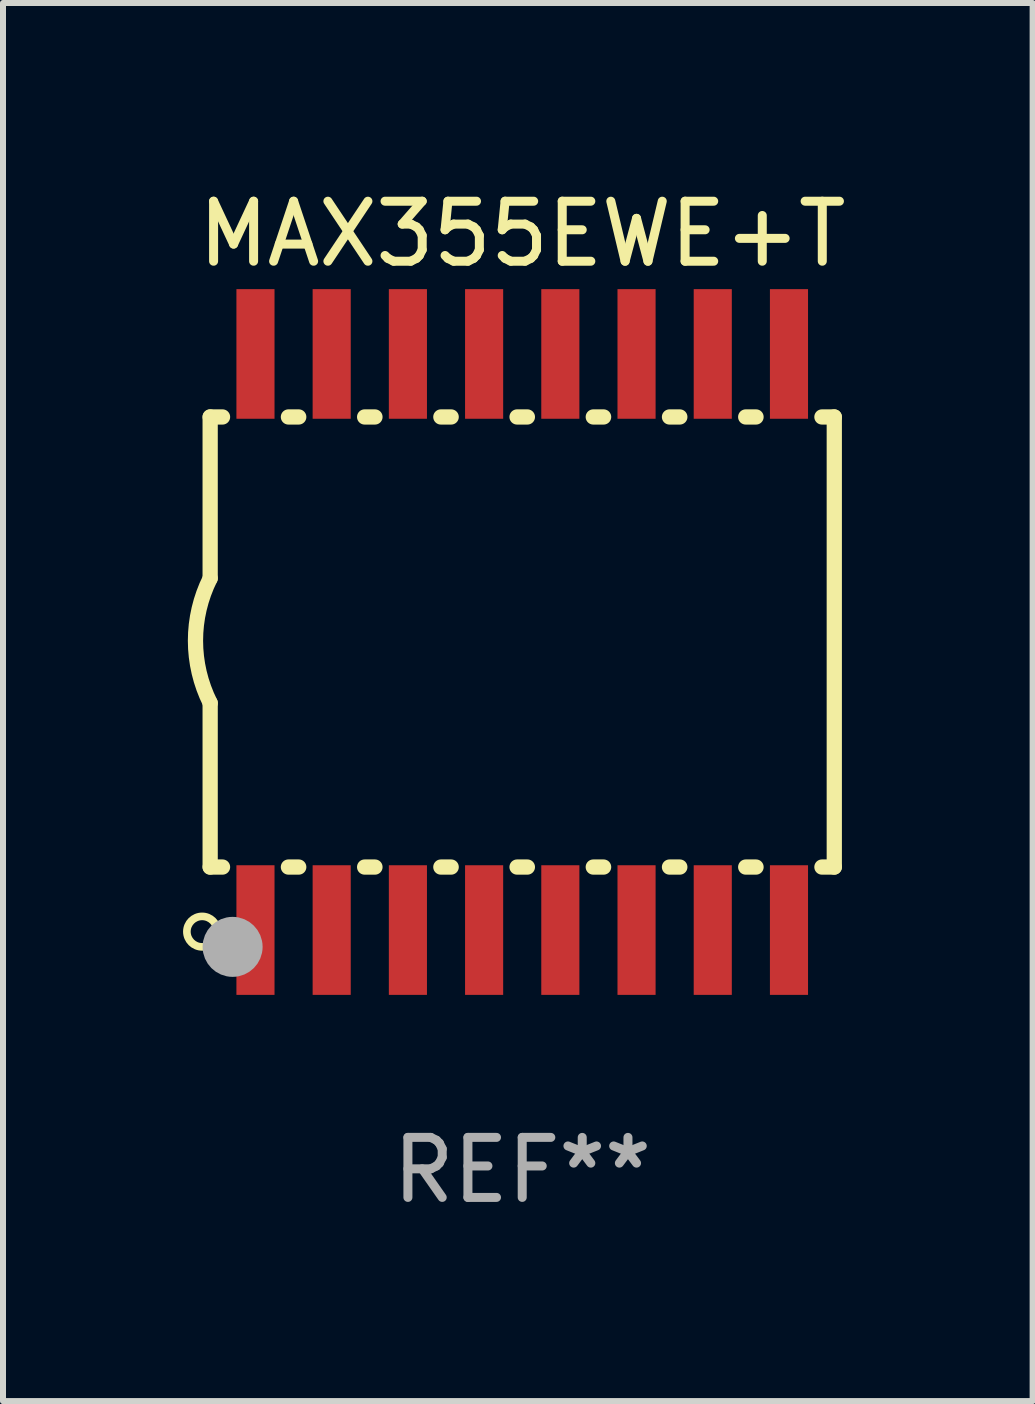
<source format=kicad_pcb>
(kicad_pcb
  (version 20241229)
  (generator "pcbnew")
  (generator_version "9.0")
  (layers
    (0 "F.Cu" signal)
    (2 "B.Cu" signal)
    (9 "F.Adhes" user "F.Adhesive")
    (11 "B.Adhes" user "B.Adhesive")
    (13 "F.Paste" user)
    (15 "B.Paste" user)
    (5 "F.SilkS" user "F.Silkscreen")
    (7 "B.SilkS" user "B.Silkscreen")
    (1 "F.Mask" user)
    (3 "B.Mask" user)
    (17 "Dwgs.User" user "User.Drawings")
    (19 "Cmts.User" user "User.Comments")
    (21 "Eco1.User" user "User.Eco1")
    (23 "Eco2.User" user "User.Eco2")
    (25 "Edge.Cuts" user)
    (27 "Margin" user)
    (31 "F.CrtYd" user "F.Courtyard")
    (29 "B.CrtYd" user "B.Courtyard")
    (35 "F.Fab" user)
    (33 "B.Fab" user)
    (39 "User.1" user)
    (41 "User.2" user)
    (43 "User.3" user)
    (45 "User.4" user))
  (footprint "MAX355EWE+T"
    (layer "F.Cu")
    (at 5.652 7.648)
    (property "Reference" "MAX355EWE+T" (at 0 -6.8 0) (layer "F.SilkS") (effects (font (size 1 1) (thickness 0.15))))
    (attr through_hole)
    (fp_line (start -5.2 -3.75) (end -5.2 -1.06) (stroke (width 0.254) (type solid)) (layer "F.SilkS"))
    (fp_line (start -5.2 -3.75) (end -4.994 -3.75) (stroke (width 0.254) (type solid)) (layer "F.SilkS"))
    (fp_line (start -5.2 3.75) (end -5.2 1.016) (stroke (width 0.254) (type solid)) (layer "F.SilkS"))
    (fp_line (start -5.2 3.75) (end -4.994 3.75) (stroke (width 0.254) (type solid)) (layer "F.SilkS"))
    (fp_line (start -3.896 -3.75) (end -3.724 -3.75) (stroke (width 0.254) (type solid)) (layer "F.SilkS"))
    (fp_line (start -3.896 3.75) (end -3.724 3.75) (stroke (width 0.254) (type solid)) (layer "F.SilkS"))
    (fp_line (start -2.626 -3.75) (end -2.454 -3.75) (stroke (width 0.254) (type solid)) (layer "F.SilkS"))
    (fp_line (start -2.626 3.75) (end -2.454 3.75) (stroke (width 0.254) (type solid)) (layer "F.SilkS"))
    (fp_line (start -1.356 -3.75) (end -1.184 -3.75) (stroke (width 0.254) (type solid)) (layer "F.SilkS"))
    (fp_line (start -1.356 3.75) (end -1.184 3.75) (stroke (width 0.254) (type solid)) (layer "F.SilkS"))
    (fp_line (start -0.086 -3.75) (end 0.086 -3.75) (stroke (width 0.254) (type solid)) (layer "F.SilkS"))
    (fp_line (start -0.086 3.75) (end 0.086 3.75) (stroke (width 0.254) (type solid)) (layer "F.SilkS"))
    (fp_line (start 1.184 -3.75) (end 1.356 -3.75) (stroke (width 0.254) (type solid)) (layer "F.SilkS"))
    (fp_line (start 1.184 3.75) (end 1.356 3.75) (stroke (width 0.254) (type solid)) (layer "F.SilkS"))
    (fp_line (start 2.454 -3.75) (end 2.626 -3.75) (stroke (width 0.254) (type solid)) (layer "F.SilkS"))
    (fp_line (start 2.454 3.75) (end 2.626 3.75) (stroke (width 0.254) (type solid)) (layer "F.SilkS"))
    (fp_line (start 3.724 -3.75) (end 3.896 -3.75) (stroke (width 0.254) (type solid)) (layer "F.SilkS"))
    (fp_line (start 3.724 3.75) (end 3.896 3.75) (stroke (width 0.254) (type solid)) (layer "F.SilkS"))
    (fp_line (start 4.994 -3.75) (end 5.2 -3.75) (stroke (width 0.254) (type solid)) (layer "F.SilkS"))
    (fp_line (start 4.994 3.75) (end 5.2 3.75) (stroke (width 0.254) (type solid)) (layer "F.SilkS"))
    (fp_line (start 5.2 3.75) (end 5.2 -3.75) (stroke (width 0.254) (type solid)) (layer "F.SilkS"))
    (fp_arc (start -5.199391 1.016002) (mid -5.444637 -0.021925) (end -5.2 -1.059995) (stroke (width 0.254001) (type solid)) (layer "F.SilkS"))
    (fp_circle (center -5.334 4.826) (end -5.08 4.826) (stroke (width 0.127) (type solid)) (fill no) (layer "F.SilkS"))
    (fp_circle (center -5.15 5.15) (end -5.12 5.15) (stroke (width 0.06) (type solid)) (fill no) (layer "F.SilkS"))
    (fp_circle (center -4.826 5.08) (end -4.576 5.08) (stroke (width 0.5) (type solid)) (fill no) (layer "F.Fab"))
    (fp_text user "REF**" (at 0 8.8 0) (layer "F.Fab") (effects (font (size 1 1) (thickness 0.15))))
    (pad "1" smd rect (at -4.445 4.8) (size 0.635 2.16) (layers "F.Cu" "F.Mask" "F.Paste"))
    (pad "2" smd rect (at -3.175 4.8) (size 0.635 2.16) (layers "F.Cu" "F.Mask" "F.Paste"))
    (pad "3" smd rect (at -1.905 4.8) (size 0.635 2.16) (layers "F.Cu" "F.Mask" "F.Paste"))
    (pad "4" smd rect (at -0.635 4.8) (size 0.635 2.16) (layers "F.Cu" "F.Mask" "F.Paste"))
    (pad "5" smd rect (at 0.635 4.8) (size 0.635 2.16) (layers "F.Cu" "F.Mask" "F.Paste"))
    (pad "6" smd rect (at 1.905 4.8) (size 0.635 2.16) (layers "F.Cu" "F.Mask" "F.Paste"))
    (pad "7" smd rect (at 3.175 4.8) (size 0.635 2.16) (layers "F.Cu" "F.Mask" "F.Paste"))
    (pad "8" smd rect (at 4.445 4.8) (size 0.635 2.16) (layers "F.Cu" "F.Mask" "F.Paste"))
    (pad "9" smd rect (at 4.445 -4.8) (size 0.635 2.16) (layers "F.Cu" "F.Mask" "F.Paste"))
    (pad "10" smd rect (at 3.175 -4.8) (size 0.635 2.16) (layers "F.Cu" "F.Mask" "F.Paste"))
    (pad "11" smd rect (at 1.905 -4.8) (size 0.635 2.16) (layers "F.Cu" "F.Mask" "F.Paste"))
    (pad "12" smd rect (at 0.635 -4.8) (size 0.635 2.16) (layers "F.Cu" "F.Mask" "F.Paste"))
    (pad "13" smd rect (at -0.635 -4.8) (size 0.635 2.16) (layers "F.Cu" "F.Mask" "F.Paste"))
    (pad "14" smd rect (at -1.905 -4.8) (size 0.635 2.16) (layers "F.Cu" "F.Mask" "F.Paste"))
    (pad "15" smd rect (at -3.175 -4.8) (size 0.635 2.16) (layers "F.Cu" "F.Mask" "F.Paste"))
    (pad "16" smd rect (at -4.445 -4.8) (size 0.635 2.16) (layers "F.Cu" "F.Mask" "F.Paste")))
  (gr_rect
    (start -3 -3)
    (end 14.157 20.297)
    (stroke (width 0.1) (type default))
    (fill no)
    (layer "Edge.Cuts")))
</source>
